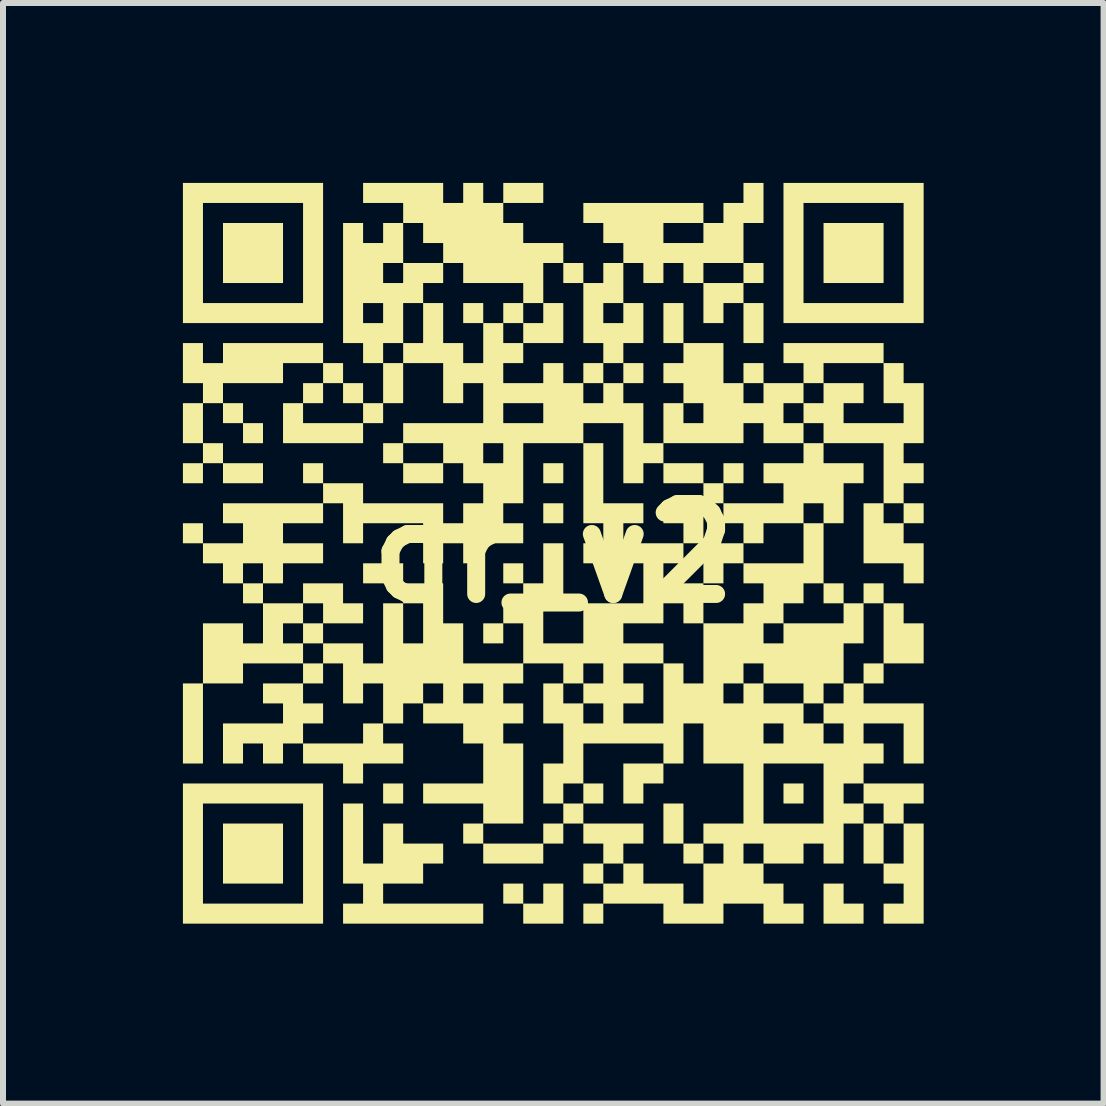
<source format=kicad_pcb>
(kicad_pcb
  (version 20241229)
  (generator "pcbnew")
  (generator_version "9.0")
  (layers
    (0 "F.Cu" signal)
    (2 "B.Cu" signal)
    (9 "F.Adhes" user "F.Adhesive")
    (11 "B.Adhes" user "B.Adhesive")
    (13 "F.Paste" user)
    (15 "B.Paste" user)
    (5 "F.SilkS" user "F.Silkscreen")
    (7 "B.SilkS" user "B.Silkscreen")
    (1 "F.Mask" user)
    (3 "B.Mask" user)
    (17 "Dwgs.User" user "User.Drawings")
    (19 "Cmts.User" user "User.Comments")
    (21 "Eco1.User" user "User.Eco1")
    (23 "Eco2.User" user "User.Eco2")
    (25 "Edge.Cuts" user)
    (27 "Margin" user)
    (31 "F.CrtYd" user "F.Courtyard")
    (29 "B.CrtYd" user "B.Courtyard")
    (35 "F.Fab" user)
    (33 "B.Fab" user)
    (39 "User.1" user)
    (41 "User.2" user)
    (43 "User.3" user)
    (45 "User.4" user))
  (footprint "qr_v2"
    (layer "F.Cu")
    (at 6.175 6.175)
    (property "Reference" "qr_v2" (at 0 0 0) (layer "F.SilkS") (effects (font (size 1.5 1.5) (thickness 0.3))))
    (attr board_only exclude_from_pos_files exclude_from_bom)
    (fp_poly (pts (xy -5.173 -2.336) (xy -5.173 -2.17) (xy -5.34 -2.17) (xy -5.507 -2.17) (xy -5.507 -2.336) (xy -5.507 -2.503) (xy -5.34 -2.503) (xy -5.173 -2.503)) (stroke (width 0) (type solid)) (fill yes) (layer "F.SilkS"))
    (fp_poly (pts (xy -4.84 -2.003) (xy -4.84 -1.836) (xy -5.007 -1.836) (xy -5.173 -1.836) (xy -5.173 -2.003) (xy -5.173 -2.17) (xy -5.007 -2.17) (xy -4.84 -2.17)) (stroke (width 0) (type solid)) (fill yes) (layer "F.SilkS"))
    (fp_poly (pts (xy -4.84 -1.335) (xy -4.84 -1.168) (xy -5.173 -1.168) (xy -5.507 -1.168) (xy -5.507 -1.335) (xy -5.507 -1.502) (xy -5.173 -1.502) (xy -4.84 -1.502)) (stroke (width 0) (type solid)) (fill yes) (layer "F.SilkS"))
    (fp_poly (pts (xy -4.84 0.668) (xy -4.84 0.834) (xy -5.007 0.834) (xy -5.173 0.834) (xy -5.173 0.668) (xy -5.173 0.501) (xy -5.007 0.501) (xy -4.84 0.501)) (stroke (width 0) (type solid)) (fill yes) (layer "F.SilkS"))
    (fp_poly (pts (xy -4.506 -5.007) (xy -4.506 -4.506) (xy -5.007 -4.506) (xy -5.507 -4.506) (xy -5.507 -5.007) (xy -5.507 -5.507) (xy -5.007 -5.507) (xy -4.506 -5.507)) (stroke (width 0) (type solid)) (fill yes) (layer "F.SilkS"))
    (fp_poly (pts (xy -4.506 5.007) (xy -4.506 5.507) (xy -5.007 5.507) (xy -5.507 5.507) (xy -5.507 5.007) (xy -5.507 4.506) (xy -5.007 4.506) (xy -4.506 4.506)) (stroke (width 0) (type solid)) (fill yes) (layer "F.SilkS"))
    (fp_poly (pts (xy -3.838 -1.335) (xy -3.838 -1.168) (xy -4.005 -1.168) (xy -4.172 -1.168) (xy -4.172 -1.335) (xy -4.172 -1.502) (xy -4.005 -1.502) (xy -3.838 -1.502)) (stroke (width 0) (type solid)) (fill yes) (layer "F.SilkS"))
    (fp_poly (pts (xy -2.503 0.334) (xy -2.503 0.501) (xy -2.837 0.501) (xy -3.171 0.501) (xy -3.171 0.334) (xy -3.171 0.167) (xy -2.837 0.167) (xy -2.503 0.167)) (stroke (width 0) (type solid)) (fill yes) (layer "F.SilkS"))
    (fp_poly (pts (xy -2.503 4.005) (xy -2.503 4.172) (xy -2.67 4.172) (xy -2.837 4.172) (xy -2.837 4.005) (xy -2.837 3.838) (xy -2.67 3.838) (xy -2.503 3.838)) (stroke (width 0) (type solid)) (fill yes) (layer "F.SilkS"))
    (fp_poly (pts (xy -1.168 -4.005) (xy -1.168 -3.838) (xy -1.335 -3.838) (xy -1.502 -3.838) (xy -1.502 -4.005) (xy -1.502 -4.172) (xy -1.335 -4.172) (xy -1.168 -4.172)) (stroke (width 0) (type solid)) (fill yes) (layer "F.SilkS"))
    (fp_poly (pts (xy -0.834 1.335) (xy -0.834 1.502) (xy -1.001 1.502) (xy -1.168 1.502) (xy -1.168 1.335) (xy -1.168 1.168) (xy -1.001 1.168) (xy -0.834 1.168)) (stroke (width 0) (type solid)) (fill yes) (layer "F.SilkS"))
    (fp_poly (pts (xy -0.501 0.334) (xy -0.501 0.501) (xy -0.668 0.501) (xy -0.834 0.501) (xy -0.834 0.334) (xy -0.834 0.167) (xy -0.668 0.167) (xy -0.501 0.167)) (stroke (width 0) (type solid)) (fill yes) (layer "F.SilkS"))
    (fp_poly (pts (xy 0.167 -1.335) (xy 0.167 -1.168) (xy 0 -1.168) (xy -0.167 -1.168) (xy -0.167 -1.335) (xy -0.167 -1.502) (xy 0 -1.502) (xy 0.167 -1.502)) (stroke (width 0) (type solid)) (fill yes) (layer "F.SilkS"))
    (fp_poly (pts (xy 0.167 -0.668) (xy 0.167 -0.501) (xy 0 -0.501) (xy -0.167 -0.501) (xy -0.167 -0.668) (xy -0.167 -0.834) (xy 0 -0.834) (xy 0.167 -0.834)) (stroke (width 0) (type solid)) (fill yes) (layer "F.SilkS"))
    (fp_poly (pts (xy 0.834 -3.004) (xy 0.834 -2.837) (xy 0.668 -2.837) (xy 0.501 -2.837) (xy 0.501 -3.004) (xy 0.501 -3.171) (xy 0.668 -3.171) (xy 0.834 -3.171)) (stroke (width 0) (type solid)) (fill yes) (layer "F.SilkS"))
    (fp_poly (pts (xy 0.834 4.005) (xy 0.834 4.172) (xy 0.668 4.172) (xy 0.501 4.172) (xy 0.501 4.005) (xy 0.501 3.838) (xy 0.668 3.838) (xy 0.834 3.838)) (stroke (width 0) (type solid)) (fill yes) (layer "F.SilkS"))
    (fp_poly (pts (xy 2.17 -3.838) (xy 2.17 -3.505) (xy 2.003 -3.505) (xy 1.836 -3.505) (xy 1.836 -3.838) (xy 1.836 -4.172) (xy 2.003 -4.172) (xy 2.17 -4.172)) (stroke (width 0) (type solid)) (fill yes) (layer "F.SilkS"))
    (fp_poly (pts (xy 2.17 4.506) (xy 2.17 4.84) (xy 2.003 4.84) (xy 1.836 4.84) (xy 1.836 4.506) (xy 1.836 4.172) (xy 2.003 4.172) (xy 2.17 4.172)) (stroke (width 0) (type solid)) (fill yes) (layer "F.SilkS"))
    (fp_poly (pts (xy 2.503 5.007) (xy 2.503 5.173) (xy 2.336 5.173) (xy 2.17 5.173) (xy 2.17 5.007) (xy 2.17 4.84) (xy 2.336 4.84) (xy 2.503 4.84)) (stroke (width 0) (type solid)) (fill yes) (layer "F.SilkS"))
    (fp_poly (pts (xy 3.505 -3.838) (xy 3.505 -3.505) (xy 3.338 -3.505) (xy 3.171 -3.505) (xy 3.171 -3.838) (xy 3.171 -4.172) (xy 3.338 -4.172) (xy 3.505 -4.172)) (stroke (width 0) (type solid)) (fill yes) (layer "F.SilkS"))
    (fp_poly (pts (xy 4.172 4.005) (xy 4.172 4.172) (xy 4.005 4.172) (xy 3.838 4.172) (xy 3.838 4.005) (xy 3.838 3.838) (xy 4.005 3.838) (xy 4.172 3.838)) (stroke (width 0) (type solid)) (fill yes) (layer "F.SilkS"))
    (fp_poly (pts (xy 5.507 -5.007) (xy 5.507 -4.506) (xy 5.007 -4.506) (xy 4.506 -4.506) (xy 4.506 -5.007) (xy 4.506 -5.507) (xy 5.007 -5.507) (xy 5.507 -5.507)) (stroke (width 0) (type solid)) (fill yes) (layer "F.SilkS"))
    (fp_poly (pts (xy 1.836 3.671) (xy 1.836 3.838) (xy 1.669 3.838) (xy 1.502 3.838) (xy 1.502 4.005) (xy 1.502 4.172) (xy 1.335 4.172) (xy 1.168 4.172) (xy 1.168 3.838) (xy 1.168 3.505) (xy 1.502 3.505) (xy 1.836 3.505)) (stroke (width 0) (type solid)) (fill yes) (layer "F.SilkS"))
    (fp_poly (pts (xy 3.171 0) (xy 3.171 0.167) (xy 3.004 0.167) (xy 2.837 0.167) (xy 2.837 0.334) (xy 2.837 0.501) (xy 2.67 0.501) (xy 2.503 0.501) (xy 2.503 0.167) (xy 2.503 -0.167) (xy 2.837 -0.167) (xy 3.171 -0.167)) (stroke (width 0) (type solid)) (fill yes) (layer "F.SilkS"))
    (fp_poly (pts (xy 4.84 5.674) (xy 4.84 5.841) (xy 5.007 5.841) (xy 5.173 5.841) (xy 5.173 6.008) (xy 5.173 6.175) (xy 4.84 6.175) (xy 4.506 6.175) (xy 4.506 5.841) (xy 4.506 5.507) (xy 4.673 5.507) (xy 4.84 5.507)) (stroke (width 0) (type solid)) (fill yes) (layer "F.SilkS"))
    (fp_poly (pts (xy -5.507 -1.669) (xy -5.507 -1.502) (xy -5.674 -1.502) (xy -5.841 -1.502) (xy -5.841 -1.335) (xy -5.841 -1.168) (xy -6.008 -1.168) (xy -6.175 -1.168) (xy -6.175 -1.335) (xy -6.175 -1.502) (xy -6.008 -1.502) (xy -5.841 -1.502) (xy -5.841 -1.669) (xy -5.841 -1.836) (xy -5.674 -1.836) (xy -5.507 -1.836)) (stroke (width 0) (type solid)) (fill yes) (layer "F.SilkS"))
    (fp_poly (pts (xy -3.838 -5.007) (xy -3.838 -3.838) (xy -5.007 -3.838) (xy -6.175 -3.838) (xy -6.175 -5.007) (xy -5.841 -5.007) (xy -5.841 -4.172) (xy -5.007 -4.172) (xy -4.172 -4.172) (xy -4.172 -5.007) (xy -4.172 -5.841) (xy -5.007 -5.841) (xy -5.841 -5.841) (xy -5.841 -5.007) (xy -6.175 -5.007) (xy -6.175 -6.175) (xy -5.007 -6.175) (xy -3.838 -6.175)) (stroke (width 0) (type solid)) (fill yes) (layer "F.SilkS"))
    (fp_poly (pts (xy -3.838 5.007) (xy -3.838 6.175) (xy -5.007 6.175) (xy -6.175 6.175) (xy -6.175 5.007) (xy -5.841 5.007) (xy -5.841 5.841) (xy -5.007 5.841) (xy -4.172 5.841) (xy -4.172 5.007) (xy -4.172 4.172) (xy -5.007 4.172) (xy -5.841 4.172) (xy -5.841 5.007) (xy -6.175 5.007) (xy -6.175 3.838) (xy -5.007 3.838) (xy -3.838 3.838)) (stroke (width 0) (type solid)) (fill yes) (layer "F.SilkS"))
    (fp_poly (pts (xy 6.175 -5.007) (xy 6.175 -3.838) (xy 5.007 -3.838) (xy 3.838 -3.838) (xy 3.838 -5.007) (xy 4.172 -5.007) (xy 4.172 -4.172) (xy 5.007 -4.172) (xy 5.841 -4.172) (xy 5.841 -5.007) (xy 5.841 -5.841) (xy 5.007 -5.841) (xy 4.172 -5.841) (xy 4.172 -5.007) (xy 3.838 -5.007) (xy 3.838 -6.175) (xy 5.007 -6.175) (xy 6.175 -6.175)) (stroke (width 0) (type solid)) (fill yes) (layer "F.SilkS"))
    (fp_poly (pts (xy -0.501 -4.005) (xy -0.501 -3.838) (xy -0.334 -3.838) (xy -0.167 -3.838) (xy -0.167 -4.005) (xy -0.167 -4.172) (xy 0 -4.172) (xy 0.167 -4.172) (xy 0.167 -3.838) (xy 0.167 -3.505) (xy -0.167 -3.505) (xy -0.501 -3.505) (xy -0.501 -3.671) (xy -0.501 -3.838) (xy -0.668 -3.838) (xy -0.834 -3.838) (xy -0.834 -4.005) (xy -0.834 -4.172) (xy -0.668 -4.172) (xy -0.501 -4.172)) (stroke (width 0) (type solid)) (fill yes) (layer "F.SilkS"))
    (fp_poly (pts (xy -0.501 5.674) (xy -0.501 5.841) (xy -0.334 5.841) (xy -0.167 5.841) (xy -0.167 5.674) (xy -0.167 5.507) (xy 0 5.507) (xy 0.167 5.507) (xy 0.167 5.841) (xy 0.167 6.175) (xy -0.167 6.175) (xy -0.501 6.175) (xy -0.501 6.008) (xy -0.501 5.841) (xy -0.668 5.841) (xy -0.834 5.841) (xy -0.834 5.674) (xy -0.834 5.507) (xy -0.668 5.507) (xy -0.501 5.507)) (stroke (width 0) (type solid)) (fill yes) (layer "F.SilkS"))
    (fp_poly (pts (xy -3.505 0.668) (xy -3.505 0.834) (xy -3.338 0.834) (xy -3.171 0.834) (xy -3.171 1.001) (xy -3.171 1.168) (xy -3.505 1.168) (xy -3.838 1.168) (xy -3.838 1.335) (xy -3.838 1.502) (xy -4.005 1.502) (xy -4.172 1.502) (xy -4.172 1.335) (xy -4.172 1.168) (xy -4.005 1.168) (xy -3.838 1.168) (xy -3.838 1.001) (xy -3.838 0.834) (xy -4.005 0.834) (xy -4.172 0.834) (xy -4.172 0.668) (xy -4.172 0.501) (xy -3.838 0.501) (xy -3.505 0.501)) (stroke (width 0) (type solid)) (fill yes) (layer "F.SilkS"))
    (fp_poly (pts (xy -5.841 -3.338) (xy -5.841 -3.171) (xy -5.674 -3.171) (xy -5.507 -3.171) (xy -5.507 -3.338) (xy -5.507 -3.505) (xy -4.673 -3.505) (xy -3.838 -3.505) (xy -3.838 -3.338) (xy -3.838 -3.171) (xy -4.172 -3.171) (xy -4.506 -3.171) (xy -4.506 -3.004) (xy -4.506 -2.837) (xy -5.007 -2.837) (xy -5.507 -2.837) (xy -5.507 -2.67) (xy -5.507 -2.503) (xy -5.674 -2.503) (xy -5.841 -2.503) (xy -5.841 -2.17) (xy -5.841 -1.836) (xy -6.008 -1.836) (xy -6.175 -1.836) (xy -6.175 -2.17) (xy -6.175 -2.503) (xy -6.008 -2.503) (xy -5.841 -2.503) (xy -5.841 -2.67) (xy -5.841 -2.837) (xy -6.008 -2.837) (xy -6.175 -2.837) (xy -6.175 -3.171) (xy -6.175 -3.505) (xy -6.008 -3.505) (xy -5.841 -3.505)) (stroke (width 0) (type solid)) (fill yes) (layer "F.SilkS"))
    (fp_poly (pts (xy 2.503 -1.335) (xy 2.503 -1.168) (xy 2.67 -1.168) (xy 2.837 -1.168) (xy 2.837 -1.335) (xy 2.837 -1.502) (xy 3.004 -1.502) (xy 3.171 -1.502) (xy 3.171 -1.335) (xy 3.171 -1.168) (xy 3.004 -1.168) (xy 2.837 -1.168) (xy 2.837 -1.001) (xy 2.837 -0.834) (xy 2.67 -0.834) (xy 2.503 -0.834) (xy 2.503 -0.501) (xy 2.503 -0.167) (xy 2.336 -0.167) (xy 2.17 -0.167) (xy 2.17 -0.334) (xy 2.17 -0.501) (xy 2.003 -0.501) (xy 1.836 -0.501) (xy 1.836 -0.668) (xy 1.836 -0.834) (xy 2.17 -0.834) (xy 2.503 -0.834) (xy 2.503 -1.001) (xy 2.503 -1.168) (xy 2.17 -1.168) (xy 1.836 -1.168) (xy 1.836 -1.335) (xy 1.836 -1.502) (xy 2.17 -1.502) (xy 2.503 -1.502)) (stroke (width 0) (type solid)) (fill yes) (layer "F.SilkS"))
    (fp_poly (pts (xy -3.171 4.673) (xy -3.171 5.173) (xy -3.004 5.173) (xy -2.837 5.173) (xy -2.837 4.84) (xy -2.837 4.506) (xy -2.67 4.506) (xy -2.503 4.506) (xy -2.503 4.673) (xy -2.503 4.84) (xy -2.17 4.84) (xy -1.836 4.84) (xy -1.836 5.007) (xy -1.836 5.173) (xy -2.003 5.173) (xy -2.17 5.173) (xy -2.17 5.34) (xy -2.17 5.507) (xy -2.503 5.507) (xy -2.837 5.507) (xy -2.837 5.674) (xy -2.837 5.841) (xy -2.003 5.841) (xy -1.168 5.841) (xy -1.168 6.008) (xy -1.168 6.175) (xy -2.336 6.175) (xy -3.505 6.175) (xy -3.505 6.008) (xy -3.505 5.841) (xy -3.338 5.841) (xy -3.171 5.841) (xy -3.171 5.674) (xy -3.171 5.507) (xy -3.338 5.507) (xy -3.505 5.507) (xy -3.505 4.84) (xy -3.505 4.172) (xy -3.338 4.172) (xy -3.171 4.172)) (stroke (width 0) (type solid)) (fill yes) (layer "F.SilkS"))
    (fp_poly (pts (xy 3.505 -5.841) (xy 3.505 -5.507) (xy 3.338 -5.507) (xy 3.171 -5.507) (xy 3.171 -5.173) (xy 3.171 -4.84) (xy 2.837 -4.84) (xy 2.503 -4.84) (xy 2.503 -4.673) (xy 2.503 -4.506) (xy 2.837 -4.506) (xy 3.171 -4.506) (xy 3.171 -4.673) (xy 3.171 -4.84) (xy 3.338 -4.84) (xy 3.505 -4.84) (xy 3.505 -4.673) (xy 3.505 -4.506) (xy 3.338 -4.506) (xy 3.171 -4.506) (xy 3.171 -4.339) (xy 3.171 -4.172) (xy 3.004 -4.172) (xy 2.837 -4.172) (xy 2.837 -4.005) (xy 2.837 -3.838) (xy 2.67 -3.838) (xy 2.503 -3.838) (xy 2.503 -4.172) (xy 2.503 -4.506) (xy 2.336 -4.506) (xy 2.17 -4.506) (xy 2.17 -4.673) (xy 2.17 -4.84) (xy 2.003 -4.84) (xy 1.836 -4.84) (xy 1.836 -4.673) (xy 1.836 -4.506) (xy 1.669 -4.506) (xy 1.502 -4.506) (xy 1.502 -4.673) (xy 1.502 -4.84) (xy 1.335 -4.84) (xy 1.168 -4.84) (xy 1.168 -4.506) (xy 1.168 -4.172) (xy 1.001 -4.172) (xy 0.834 -4.172) (xy 0.834 -4.005) (xy 0.834 -3.838) (xy 1.001 -3.838) (xy 1.168 -3.838) (xy 1.168 -4.005) (xy 1.168 -4.172) (xy 1.335 -4.172) (xy 1.502 -4.172) (xy 1.502 -3.838) (xy 1.502 -3.505) (xy 1.335 -3.505) (xy 1.168 -3.505) (xy 1.168 -3.338) (xy 1.168 -3.171) (xy 1.001 -3.171) (xy 0.834 -3.171) (xy 0.834 -3.338) (xy 0.834 -3.505) (xy 0.668 -3.505) (xy 0.501 -3.505) (xy 0.501 -4.005) (xy 0.501 -4.506) (xy 0.334 -4.506) (xy 0.167 -4.506) (xy 0.167 -4.673) (xy 0.167 -4.84) (xy 0.334 -4.84) (xy 0.501 -4.84) (xy 0.501 -4.673) (xy 0.501 -4.506) (xy 0.668 -4.506) (xy 0.834 -4.506) (xy 0.834 -4.673) (xy 0.834 -4.84) (xy 1.001 -4.84) (xy 1.168 -4.84) (xy 1.168 -5.007) (xy 1.168 -5.173) (xy 1.001 -5.173) (xy 0.834 -5.173) (xy 0.834 -5.34) (xy 1.836 -5.34) (xy 1.836 -5.173) (xy 2.17 -5.173) (xy 2.503 -5.173) (xy 2.503 -5.34) (xy 2.503 -5.507) (xy 2.17 -5.507) (xy 1.836 -5.507) (xy 1.836 -5.34) (xy 0.834 -5.34) (xy 0.834 -5.507) (xy 0.668 -5.507) (xy 0.501 -5.507) (xy 0.501 -5.674) (xy 0.501 -5.841) (xy 1.502 -5.841) (xy 2.503 -5.841) (xy 2.503 -5.674) (xy 2.503 -5.507) (xy 2.67 -5.507) (xy 2.837 -5.507) (xy 2.837 -5.674) (xy 2.837 -5.841) (xy 3.004 -5.841) (xy 3.171 -5.841) (xy 3.171 -6.008) (xy 3.171 -6.175) (xy 3.338 -6.175) (xy 3.505 -6.175)) (stroke (width 0) (type solid)) (fill yes) (layer "F.SilkS"))
    (fp_poly (pts (xy -1.836 -6.008) (xy -1.836 -5.841) (xy -1.669 -5.841) (xy -1.502 -5.841) (xy -1.502 -6.008) (xy -1.502 -6.175) (xy -1.335 -6.175) (xy -1.168 -6.175) (xy -1.168 -6.008) (xy -1.168 -5.841) (xy -1.001 -5.841) (xy -0.834 -5.841) (xy -0.834 -6.008) (xy -0.834 -6.175) (xy -0.501 -6.175) (xy -0.167 -6.175) (xy -0.167 -6.008) (xy -0.167 -5.841) (xy -0.501 -5.841) (xy -0.834 -5.841) (xy -0.834 -5.674) (xy -0.834 -5.507) (xy -0.668 -5.507) (xy -0.501 -5.507) (xy -0.501 -5.34) (xy -0.501 -5.173) (xy -0.167 -5.173) (xy 0.167 -5.173) (xy 0.167 -5.007) (xy 0.167 -4.84) (xy 0 -4.84) (xy -0.167 -4.84) (xy -0.167 -4.506) (xy -0.167 -4.172) (xy -0.334 -4.172) (xy -0.501 -4.172) (xy -0.501 -4.339) (xy -0.501 -4.506) (xy -1.001 -4.506) (xy -1.502 -4.506) (xy -1.502 -4.673) (xy -1.502 -4.84) (xy -1.669 -4.84) (xy -1.836 -4.84) (xy -1.836 -4.673) (xy -1.836 -4.506) (xy -2.003 -4.506) (xy -2.17 -4.506) (xy -2.17 -4.339) (xy -2.17 -4.172) (xy -2.336 -4.172) (xy -2.503 -4.172) (xy -2.503 -3.838) (xy -2.503 -3.505) (xy -2.67 -3.505) (xy -2.837 -3.505) (xy -2.837 -3.338) (xy -2.837 -3.171) (xy -2.67 -3.171) (xy -2.503 -3.171) (xy -2.503 -3.338) (xy -2.503 -3.505) (xy -2.336 -3.505) (xy -2.17 -3.505) (xy -2.17 -3.838) (xy -2.17 -4.172) (xy -2.003 -4.172) (xy -1.836 -4.172) (xy -1.836 -3.838) (xy -1.836 -3.505) (xy -1.669 -3.505) (xy -1.502 -3.505) (xy -1.502 -3.338) (xy -1.502 -3.171) (xy -1.335 -3.171) (xy -1.168 -3.171) (xy -1.168 -3.505) (xy -1.168 -3.838) (xy -1.001 -3.838) (xy -0.834 -3.838) (xy -0.834 -3.671) (xy -0.834 -3.505) (xy -0.668 -3.505) (xy -0.501 -3.505) (xy -0.501 -3.338) (xy -0.501 -3.171) (xy -0.668 -3.171) (xy -0.834 -3.171) (xy -0.834 -3.004) (xy -0.834 -2.837) (xy -0.501 -2.837) (xy -0.167 -2.837) (xy -0.167 -3.004) (xy -0.167 -3.171) (xy 0 -3.171) (xy 0.167 -3.171) (xy 0.167 -3.004) (xy 0.167 -2.837) (xy 0.334 -2.837) (xy 0.501 -2.837) (xy 0.501 -2.67) (xy 0.501 -2.503) (xy 0.668 -2.503) (xy 0.834 -2.503) (xy 0.834 -2.67) (xy 0.834 -2.837) (xy 1.001 -2.837) (xy 1.168 -2.837) (xy 1.168 -3.004) (xy 1.168 -3.171) (xy 1.335 -3.171) (xy 1.502 -3.171) (xy 1.502 -3.004) (xy 1.502 -2.837) (xy 1.335 -2.837) (xy 1.168 -2.837) (xy 1.168 -2.67) (xy 1.168 -2.503) (xy 1.335 -2.503) (xy 1.502 -2.503) (xy 1.502 -2.17) (xy 1.502 -1.836) (xy 1.669 -1.836) (xy 1.836 -1.836) (xy 1.836 -2.17) (xy 1.836 -2.336) (xy 2.17 -2.336) (xy 2.17 -2.17) (xy 2.336 -2.17) (xy 2.503 -2.17) (xy 2.503 -2.336) (xy 2.503 -2.503) (xy 2.336 -2.503) (xy 2.17 -2.503) (xy 2.17 -2.336) (xy 1.836 -2.336) (xy 1.836 -2.503) (xy 2.003 -2.503) (xy 2.17 -2.503) (xy 2.17 -2.67) (xy 3.171 -2.67) (xy 3.171 -2.503) (xy 3.338 -2.503) (xy 3.505 -2.503) (xy 3.505 -2.67) (xy 3.505 -2.837) (xy 3.338 -2.837) (xy 3.171 -2.837) (xy 3.171 -2.67) (xy 2.17 -2.67) (xy 2.17 -2.837) (xy 2.003 -2.837) (xy 1.836 -2.837) (xy 1.836 -3.004) (xy 1.836 -3.171) (xy 2.003 -3.171) (xy 2.17 -3.171) (xy 2.17 -3.338) (xy 2.17 -3.505) (xy 2.503 -3.505) (xy 2.837 -3.505) (xy 2.837 -3.171) (xy 2.837 -2.837) (xy 3.004 -2.837) (xy 3.171 -2.837) (xy 3.171 -3.004) (xy 3.171 -3.171) (xy 3.338 -3.171) (xy 3.505 -3.171) (xy 3.505 -3.004) (xy 3.505 -2.837) (xy 3.838 -2.837) (xy 4.172 -2.837) (xy 4.172 -3.004) (xy 4.172 -3.171) (xy 4.005 -3.171) (xy 3.838 -3.171) (xy 3.838 -3.338) (xy 3.838 -3.505) (xy 4.673 -3.505) (xy 5.507 -3.505) (xy 5.507 -3.338) (xy 5.507 -3.171) (xy 5.007 -3.171) (xy 4.506 -3.171) (xy 4.506 -3.004) (xy 4.506 -2.837) (xy 4.339 -2.837) (xy 4.172 -2.837) (xy 4.172 -2.67) (xy 4.172 -2.503) (xy 4.005 -2.503) (xy 3.838 -2.503) (xy 3.838 -2.336) (xy 3.838 -2.17) (xy 4.005 -2.17) (xy 4.172 -2.17) (xy 4.172 -2.336) (xy 4.172 -2.503) (xy 4.339 -2.503) (xy 4.506 -2.503) (xy 4.506 -2.67) (xy 4.506 -2.837) (xy 4.84 -2.837) (xy 5.173 -2.837) (xy 5.173 -2.67) (xy 5.173 -2.503) (xy 5.007 -2.503) (xy 4.84 -2.503) (xy 4.84 -2.336) (xy 4.84 -2.17) (xy 5.34 -2.17) (xy 5.841 -2.17) (xy 5.841 -2.336) (xy 5.841 -2.503) (xy 5.674 -2.503) (xy 5.507 -2.503) (xy 5.507 -2.837) (xy 5.507 -3.171) (xy 5.674 -3.171) (xy 5.841 -3.171) (xy 5.841 -3.004) (xy 5.841 -2.837) (xy 6.008 -2.837) (xy 6.175 -2.837) (xy 6.175 -2.336) (xy 6.175 -1.836) (xy 6.008 -1.836) (xy 5.841 -1.836) (xy 5.841 -1.669) (xy 5.841 -1.502) (xy 6.008 -1.502) (xy 6.175 -1.502) (xy 6.175 -1.335) (xy 6.175 -1.168) (xy 6.008 -1.168) (xy 5.841 -1.168) (xy 5.841 -1.001) (xy 5.841 -0.834) (xy 5.674 -0.834) (xy 5.507 -0.834) (xy 5.507 -0.668) (xy 5.507 -0.501) (xy 5.674 -0.501) (xy 5.841 -0.501) (xy 5.841 -0.668) (xy 5.841 -0.834) (xy 6.008 -0.834) (xy 6.175 -0.834) (xy 6.175 -0.668) (xy 6.175 -0.501) (xy 6.008 -0.501) (xy 5.841 -0.501) (xy 5.841 -0.334) (xy 5.841 -0.167) (xy 6.008 -0.167) (xy 6.175 -0.167) (xy 6.175 0.167) (xy 6.175 0.501) (xy 6.008 0.501) (xy 5.841 0.501) (xy 5.841 0.334) (xy 5.841 0.167) (xy 5.507 0.167) (xy 5.173 0.167) (xy 5.173 -0.334) (xy 5.173 -0.834) (xy 5.34 -0.834) (xy 5.507 -0.834) (xy 5.507 -1.335) (xy 5.507 -1.836) (xy 5.007 -1.836) (xy 4.506 -1.836) (xy 4.506 -1.669) (xy 4.506 -1.502) (xy 4.84 -1.502) (xy 5.173 -1.502) (xy 5.173 -1.335) (xy 5.173 -1.168) (xy 5.007 -1.168) (xy 4.84 -1.168) (xy 4.84 -0.834) (xy 4.84 -0.501) (xy 4.673 -0.501) (xy 4.506 -0.501) (xy 4.506 0) (xy 4.506 0.501) (xy 4.339 0.501) (xy 4.172 0.501) (xy 4.172 0.668) (xy 4.172 0.834) (xy 4.005 0.834) (xy 3.838 0.834) (xy 3.838 1.001) (xy 3.838 1.168) (xy 3.671 1.168) (xy 3.505 1.168) (xy 3.505 1.335) (xy 3.505 1.502) (xy 3.671 1.502) (xy 3.838 1.502) (xy 3.838 1.335) (xy 3.838 1.168) (xy 4.339 1.168) (xy 4.84 1.168) (xy 4.84 1.001) (xy 4.84 0.834) (xy 4.673 0.834) (xy 4.506 0.834) (xy 4.506 0.668) (xy 4.506 0.501) (xy 4.673 0.501) (xy 4.84 0.501) (xy 4.84 0.668) (xy 4.84 0.834) (xy 5.007 0.834) (xy 5.173 0.834) (xy 5.173 0.668) (xy 5.173 0.501) (xy 5.34 0.501) (xy 5.507 0.501) (xy 5.507 0.668) (xy 5.507 0.834) (xy 5.34 0.834) (xy 5.173 0.834) (xy 5.173 1.168) (xy 5.173 1.502) (xy 5.007 1.502) (xy 4.84 1.502) (xy 4.84 1.836) (xy 4.84 2.17) (xy 4.673 2.17) (xy 4.506 2.17) (xy 4.506 2.336) (xy 4.506 2.503) (xy 4.339 2.503) (xy 4.172 2.503) (xy 4.172 2.336) (xy 4.172 2.17) (xy 3.838 2.17) (xy 3.505 2.17) (xy 3.505 2.336) (xy 3.505 2.503) (xy 3.838 2.503) (xy 4.172 2.503) (xy 4.172 2.67) (xy 4.172 2.837) (xy 4.339 2.837) (xy 4.506 2.837) (xy 4.506 2.67) (xy 4.506 2.503) (xy 4.673 2.503) (xy 4.84 2.503) (xy 4.84 2.336) (xy 4.84 2.17) (xy 5.007 2.17) (xy 5.173 2.17) (xy 5.173 2.003) (xy 5.173 1.836) (xy 5.34 1.836) (xy 5.507 1.836) (xy 5.507 1.335) (xy 5.507 0.834) (xy 5.674 0.834) (xy 5.841 0.834) (xy 5.841 1.001) (xy 5.841 1.168) (xy 6.008 1.168) (xy 6.175 1.168) (xy 6.175 1.502) (xy 6.175 1.836) (xy 5.841 1.836) (xy 5.507 1.836) (xy 5.507 2.003) (xy 5.507 2.17) (xy 5.34 2.17) (xy 5.173 2.17) (xy 5.173 2.336) (xy 5.173 2.503) (xy 5.674 2.503) (xy 6.175 2.503) (xy 6.175 3.004) (xy 6.175 3.505) (xy 6.008 3.505) (xy 5.841 3.505) (xy 5.841 3.171) (xy 5.841 2.837) (xy 5.507 2.837) (xy 5.173 2.837) (xy 5.173 3.004) (xy 5.173 3.171) (xy 5.34 3.171) (xy 5.507 3.171) (xy 5.507 3.338) (xy 5.507 3.505) (xy 5.34 3.505) (xy 5.173 3.505) (xy 5.173 3.671) (xy 5.173 3.838) (xy 5.007 3.838) (xy 4.84 3.838) (xy 4.84 4.005) (xy 4.84 4.172) (xy 5.007 4.172) (xy 5.173 4.172) (xy 5.173 4.005) (xy 5.173 3.838) (xy 5.674 3.838) (xy 6.175 3.838) (xy 6.175 4.005) (xy 6.175 4.172) (xy 6.008 4.172) (xy 5.841 4.172) (xy 5.841 4.339) (xy 5.841 4.506) (xy 5.674 4.506) (xy 5.507 4.506) (xy 5.507 4.84) (xy 5.507 5.173) (xy 5.674 5.173) (xy 5.841 5.173) (xy 5.841 4.84) (xy 5.841 4.506) (xy 6.008 4.506) (xy 6.175 4.506) (xy 6.175 5.34) (xy 6.175 6.175) (xy 5.841 6.175) (xy 5.507 6.175) (xy 5.507 6.008) (xy 5.507 5.841) (xy 5.674 5.841) (xy 5.841 5.841) (xy 5.841 5.674) (xy 5.841 5.507) (xy 5.674 5.507) (xy 5.507 5.507) (xy 5.507 5.34) (xy 5.507 5.173) (xy 5.34 5.173) (xy 5.173 5.173) (xy 5.173 4.84) (xy 5.173 4.506) (xy 5.007 4.506) (xy 4.84 4.506) (xy 4.84 4.84) (xy 4.84 5.173) (xy 4.673 5.173) (xy 4.506 5.173) (xy 4.506 5.007) (xy 4.506 4.84) (xy 4.339 4.84) (xy 4.172 4.84) (xy 4.172 5.007) (xy 4.172 5.173) (xy 3.838 5.173) (xy 3.505 5.173) (xy 3.505 5.34) (xy 3.505 5.507) (xy 3.671 5.507) (xy 3.838 5.507) (xy 3.838 5.674) (xy 3.838 5.841) (xy 4.005 5.841) (xy 4.172 5.841) (xy 4.172 6.008) (xy 4.172 6.175) (xy 3.838 6.175) (xy 3.505 6.175) (xy 3.505 6.008) (xy 3.505 5.841) (xy 3.171 5.841) (xy 2.837 5.841) (xy 2.837 6.008) (xy 2.837 6.175) (xy 2.336 6.175) (xy 1.836 6.175) (xy 1.836 6.008) (xy 1.836 5.841) (xy 1.335 5.841) (xy 0.834 5.841) (xy 0.834 6.008) (xy 0.834 6.175) (xy 0.668 6.175) (xy 0.501 6.175) (xy 0.501 6.008) (xy 0.501 5.841) (xy 0.668 5.841) (xy 0.834 5.841) (xy 0.834 5.674) (xy 0.834 5.507) (xy 0.668 5.507) (xy 0.501 5.507) (xy 0.501 5.34) (xy 0.501 5.173) (xy 0.668 5.173) (xy 0.834 5.173) (xy 0.834 5.007) (xy 0.834 4.84) (xy 0.668 4.84) (xy 0.501 4.84) (xy 0.501 4.673) (xy 0.501 4.506) (xy 1.001 4.506) (xy 1.502 4.506) (xy 1.502 4.673) (xy 1.502 4.84) (xy 1.335 4.84) (xy 1.168 4.84) (xy 1.168 5.007) (xy 1.168 5.173) (xy 1.001 5.173) (xy 0.834 5.173) (xy 0.834 5.34) (xy 0.834 5.507) (xy 1.001 5.507) (xy 1.168 5.507) (xy 1.168 5.34) (xy 1.168 5.173) (xy 1.335 5.173) (xy 1.502 5.173) (xy 1.502 5.34) (xy 1.502 5.507) (xy 1.836 5.507) (xy 2.17 5.507) (xy 2.17 5.674) (xy 2.17 5.841) (xy 2.336 5.841) (xy 2.503 5.841) (xy 2.503 5.507) (xy 2.503 5.173) (xy 2.67 5.173) (xy 2.837 5.173) (xy 2.837 5.007) (xy 3.171 5.007) (xy 3.171 5.173) (xy 3.338 5.173) (xy 3.505 5.173) (xy 3.505 5.007) (xy 3.505 4.84) (xy 3.338 4.84) (xy 3.171 4.84) (xy 3.171 5.007) (xy 2.837 5.007) (xy 2.837 4.84) (xy 2.67 4.84) (xy 2.503 4.84) (xy 2.503 4.673) (xy 2.503 4.506) (xy 2.837 4.506) (xy 3.171 4.506) (xy 3.171 4.005) (xy 3.505 4.005) (xy 3.505 4.506) (xy 4.005 4.506) (xy 4.506 4.506) (xy 4.506 4.339) (xy 5.173 4.339) (xy 5.173 4.506) (xy 5.34 4.506) (xy 5.507 4.506) (xy 5.507 4.339) (xy 5.507 4.172) (xy 5.34 4.172) (xy 5.173 4.172) (xy 5.173 4.339) (xy 4.506 4.339) (xy 4.506 4.005) (xy 4.506 3.505) (xy 4.005 3.505) (xy 3.505 3.505) (xy 3.505 4.005) (xy 3.171 4.005) (xy 3.171 3.505) (xy 2.837 3.505) (xy 2.503 3.505) (xy 2.503 3.171) (xy 2.503 3.004) (xy 3.505 3.004) (xy 3.505 3.171) (xy 3.671 3.171) (xy 3.838 3.171) (xy 3.838 3.004) (xy 4.506 3.004) (xy 4.506 3.171) (xy 4.673 3.171) (xy 4.84 3.171) (xy 4.84 3.004) (xy 4.84 2.837) (xy 4.673 2.837) (xy 4.506 2.837) (xy 4.506 3.004) (xy 3.838 3.004) (xy 3.838 2.837) (xy 3.671 2.837) (xy 3.505 2.837) (xy 3.505 3.004) (xy 2.503 3.004) (xy 2.503 2.837) (xy 2.336 2.837) (xy 2.17 2.837) (xy 2.17 3.171) (xy 2.17 3.505) (xy 2.003 3.505) (xy 1.836 3.505) (xy 1.836 3.338) (xy 1.836 3.171) (xy 1.168 3.171) (xy 0.501 3.171) (xy 0.501 3.505) (xy 0.501 3.838) (xy 0.334 3.838) (xy 0.167 3.838) (xy 0.167 4.005) (xy 0.167 4.172) (xy 0 4.172) (xy -0.167 4.172) (xy -0.167 3.838) (xy -0.167 3.505) (xy 0 3.505) (xy 0.167 3.505) (xy 0.167 3.171) (xy 0.167 2.837) (xy 0 2.837) (xy -0.167 2.837) (xy -0.167 2.67) (xy 0.501 2.67) (xy 0.501 2.837) (xy 0.668 2.837) (xy 0.834 2.837) (xy 0.834 2.67) (xy 0.834 2.503) (xy 0.668 2.503) (xy 0.501 2.503) (xy 0.501 2.67) (xy -0.167 2.67) (xy -0.167 2.503) (xy -0.167 2.17) (xy 0 2.17) (xy 0.167 2.17) (xy 0.167 2.336) (xy 0.167 2.503) (xy 0.334 2.503) (xy 0.501 2.503) (xy 0.501 2.336) (xy 0.501 2.17) (xy 0.668 2.17) (xy 0.834 2.17) (xy 0.834 2.003) (xy 0.834 1.836) (xy 0.668 1.836) (xy 0.501 1.836) (xy 0.501 2.003) (xy 0.501 2.17) (xy 0.334 2.17) (xy 0.167 2.17) (xy 0.167 2.003) (xy 0.167 1.836) (xy -0.167 1.836) (xy -0.501 1.836) (xy -0.501 2.003) (xy -0.501 2.17) (xy -0.668 2.17) (xy -0.834 2.17) (xy -0.834 2.336) (xy -0.834 2.503) (xy -0.668 2.503) (xy -0.501 2.503) (xy -0.501 2.67) (xy -0.501 2.837) (xy -0.668 2.837) (xy -0.834 2.837) (xy -0.834 3.004) (xy -0.834 3.171) (xy -0.668 3.171) (xy -0.501 3.171) (xy -0.501 3.838) (xy -0.501 4.506) (xy -0.834 4.506) (xy -1.168 4.506) (xy -1.168 4.673) (xy -1.168 4.84) (xy -0.668 4.84) (xy -0.167 4.84) (xy -0.167 4.673) (xy -0.167 4.506) (xy 0 4.506) (xy 0.167 4.506) (xy 0.167 4.339) (xy 0.167 4.172) (xy 0.334 4.172) (xy 0.501 4.172) (xy 0.501 4.339) (xy 0.501 4.506) (xy 0.334 4.506) (xy 0.167 4.506) (xy 0.167 4.673) (xy 0.167 4.84) (xy 0 4.84) (xy -0.167 4.84) (xy -0.167 5.007) (xy -0.167 5.173) (xy -0.668 5.173) (xy -1.168 5.173) (xy -1.168 5.007) (xy -1.168 4.84) (xy -1.335 4.84) (xy -1.502 4.84) (xy -1.502 4.673) (xy -1.502 4.506) (xy -1.335 4.506) (xy -1.168 4.506) (xy -1.168 4.339) (xy -1.168 4.172) (xy -1.669 4.172) (xy -2.17 4.172) (xy -2.17 4.005) (xy -2.17 3.838) (xy -1.669 3.838) (xy -1.168 3.838) (xy -1.168 3.505) (xy -1.168 3.171) (xy -1.335 3.171) (xy -1.502 3.171) (xy -1.502 3.004) (xy -1.502 2.837) (xy -1.836 2.837) (xy -2.17 2.837) (xy -2.17 2.67) (xy -2.17 2.503) (xy -2.336 2.503) (xy -2.503 2.503) (xy -2.503 2.67) (xy -2.503 2.837) (xy -2.67 2.837) (xy -2.837 2.837) (xy -2.837 3.004) (xy -2.837 3.171) (xy -2.67 3.171) (xy -2.503 3.171) (xy -2.503 3.338) (xy -2.503 3.505) (xy -2.837 3.505) (xy -3.171 3.505) (xy -3.171 3.671) (xy -3.171 3.838) (xy -3.338 3.838) (xy -3.505 3.838) (xy -3.505 3.671) (xy -3.505 3.505) (xy -3.838 3.505) (xy -4.172 3.505) (xy -4.172 3.338) (xy -4.172 3.171) (xy -4.339 3.171) (xy -4.506 3.171) (xy -4.506 3.338) (xy -4.506 3.505) (xy -4.673 3.505) (xy -4.84 3.505) (xy -4.84 3.338) (xy -4.84 3.171) (xy -5.007 3.171) (xy -5.173 3.171) (xy -5.173 3.338) (xy -5.173 3.505) (xy -5.34 3.505) (xy -5.507 3.505) (xy -5.507 3.171) (xy -5.507 2.837) (xy -5.007 2.837) (xy -4.506 2.837) (xy -4.506 2.67) (xy -4.506 2.503) (xy -4.673 2.503) (xy -4.84 2.503) (xy -4.84 2.336) (xy -4.84 2.17) (xy -4.506 2.17) (xy -4.172 2.17) (xy -4.172 2.336) (xy -4.172 2.503) (xy -4.005 2.503) (xy -3.838 2.503) (xy -3.838 2.67) (xy -3.838 2.837) (xy -4.005 2.837) (xy -4.172 2.837) (xy -4.172 3.004) (xy -4.172 3.171) (xy -3.671 3.171) (xy -3.171 3.171) (xy -3.171 3.004) (xy -3.171 2.837) (xy -3.004 2.837) (xy -2.837 2.837) (xy -2.837 2.503) (xy -2.837 2.336) (xy -2.17 2.336) (xy -2.17 2.503) (xy -2.003 2.503) (xy -1.836 2.503) (xy -1.836 2.336) (xy -1.502 2.336) (xy -1.502 2.503) (xy -1.335 2.503) (xy -1.168 2.503) (xy -1.168 2.336) (xy -1.168 2.17) (xy -1.335 2.17) (xy -1.502 2.17) (xy -1.502 2.336) (xy -1.836 2.336) (xy -1.836 2.17) (xy -2.003 2.17) (xy -2.17 2.17) (xy -2.17 2.336) (xy -2.837 2.336) (xy -2.837 2.17) (xy -3.004 2.17) (xy -3.171 2.17) (xy -3.171 2.336) (xy -3.171 2.503) (xy -3.338 2.503) (xy -3.505 2.503) (xy -3.505 2.17) (xy -3.505 1.836) (xy -3.671 1.836) (xy -3.838 1.836) (xy -3.838 2.003) (xy -3.838 2.17) (xy -4.005 2.17) (xy -4.172 2.17) (xy -4.172 2.003) (xy -4.172 1.836) (xy -4.673 1.836) (xy -5.173 1.836) (xy -5.173 2.003) (xy -5.173 2.17) (xy -5.507 2.17) (xy -5.841 2.17) (xy -5.841 2.837) (xy -5.841 3.505) (xy -6.008 3.505) (xy -6.175 3.505) (xy -6.175 2.837) (xy -6.175 2.17) (xy -6.008 2.17) (xy -5.841 2.17) (xy -5.841 1.669) (xy -5.841 1.168) (xy -5.507 1.168) (xy -5.173 1.168) (xy -5.173 1.335) (xy -5.173 1.502) (xy -5.007 1.502) (xy -4.84 1.502) (xy -4.84 1.168) (xy -4.84 0.834) (xy -4.506 0.834) (xy -4.172 0.834) (xy -4.172 1.001) (xy -4.172 1.168) (xy -4.339 1.168) (xy -4.506 1.168) (xy -4.506 1.335) (xy -4.506 1.502) (xy -4.339 1.502) (xy -4.172 1.502) (xy -4.172 1.669) (xy -4.172 1.836) (xy -4.005 1.836) (xy -3.838 1.836) (xy -3.838 1.669) (xy -3.838 1.502) (xy -3.505 1.502) (xy -3.171 1.502) (xy -3.171 1.669) (xy -3.171 1.836) (xy -3.004 1.836) (xy -2.837 1.836) (xy -2.837 1.335) (xy -2.837 1.168) (xy -2.503 1.168) (xy -2.503 1.502) (xy -2.336 1.502) (xy -2.17 1.502) (xy -2.17 1.168) (xy -2.17 0.834) (xy -2.336 0.834) (xy -2.503 0.834) (xy -2.503 1.168) (xy -2.837 1.168) (xy -2.837 0.834) (xy -2.67 0.834) (xy -2.503 0.834) (xy -2.503 0.668) (xy -2.503 0.501) (xy -2.17 0.501) (xy -1.836 0.501) (xy -1.836 0.834) (xy -1.836 1.168) (xy -1.669 1.168) (xy -1.502 1.168) (xy -1.502 1.502) (xy -1.502 1.836) (xy -1.001 1.836) (xy -0.501 1.836) (xy -0.501 1.502) (xy -0.501 1.168) (xy -0.668 1.168) (xy -0.834 1.168) (xy -0.834 1.001) (xy -0.834 0.834) (xy -0.668 0.834) (xy -0.501 0.834) (xy -0.501 0.668) (xy -0.501 0.501) (xy -0.334 0.501) (xy -0.167 0.501) (xy -0.167 0.167) (xy -0.167 -0.167) (xy 0 -0.167) (xy 0.167 -0.167) (xy 0.167 0.334) (xy 0.167 0.834) (xy 0 0.834) (xy -0.167 0.834) (xy -0.167 1.168) (xy -0.167 1.502) (xy 0.167 1.502) (xy 0.501 1.502) (xy 0.501 1.168) (xy 0.501 0.834) (xy 1.001 0.834) (xy 1.502 0.834) (xy 1.502 0.501) (xy 1.502 0.167) (xy 1.335 0.167) (xy 1.168 0.167) (xy 1.168 0.334) (xy 1.168 0.501) (xy 1.001 0.501) (xy 0.834 0.501) (xy 0.834 0.334) (xy 0.834 0.167) (xy 0.668 0.167) (xy 0.501 0.167) (xy 0.501 0) (xy 0.501 -0.167) (xy 0.668 -0.167) (xy 0.834 -0.167) (xy 0.834 -0.334) (xy 0.834 -0.501) (xy 0.668 -0.501) (xy 0.501 -0.501) (xy 0.501 -1.168) (xy 0.501 -1.836) (xy 0.668 -1.836) (xy 0.834 -1.836) (xy 0.834 -1.335) (xy 0.834 -0.834) (xy 1.168 -0.834) (xy 1.502 -0.834) (xy 1.502 -0.668) (xy 1.502 -0.501) (xy 1.335 -0.501) (xy 1.168 -0.501) (xy 1.168 -0.334) (xy 1.168 -0.167) (xy 1.669 -0.167) (xy 2.17 -0.167) (xy 2.17 0) (xy 2.17 0.167) (xy 2.003 0.167) (xy 1.836 0.167) (xy 1.836 0.334) (xy 1.836 0.501) (xy 2.17 0.501) (xy 2.503 0.501) (xy 2.503 0.834) (xy 2.503 1.168) (xy 2.336 1.168) (xy 2.17 1.168) (xy 2.17 1.001) (xy 2.17 0.834) (xy 2.003 0.834) (xy 1.836 0.834) (xy 1.836 1.001) (xy 1.836 1.168) (xy 1.502 1.168) (xy 1.168 1.168) (xy 1.168 1.335) (xy 1.168 1.502) (xy 1.502 1.502) (xy 1.836 1.502) (xy 1.836 1.669) (xy 1.836 1.836) (xy 1.502 1.836) (xy 1.168 1.836) (xy 1.168 2.003) (xy 1.168 2.17) (xy 1.335 2.17) (xy 1.502 2.17) (xy 1.502 2.336) (xy 1.502 2.503) (xy 1.335 2.503) (xy 1.168 2.503) (xy 1.168 2.67) (xy 1.168 2.837) (xy 1.502 2.837) (xy 1.836 2.837) (xy 1.836 2.336) (xy 1.836 1.836) (xy 2.003 1.836) (xy 2.17 1.836) (xy 2.17 2.003) (xy 2.17 2.17) (xy 2.336 2.17) (xy 2.503 2.17) (xy 2.837 2.17) (xy 2.837 2.336) (xy 2.837 2.503) (xy 3.004 2.503) (xy 3.171 2.503) (xy 3.171 2.336) (xy 3.171 2.17) (xy 3.338 2.17) (xy 3.505 2.17) (xy 3.505 2.003) (xy 3.505 1.836) (xy 3.338 1.836) (xy 3.171 1.836) (xy 3.171 2.003) (xy 3.171 2.17) (xy 3.004 2.17) (xy 2.837 2.17) (xy 2.503 2.17) (xy 2.503 1.669) (xy 2.503 1.168) (xy 2.837 1.168) (xy 3.171 1.168) (xy 3.171 1.001) (xy 3.171 0.834) (xy 3.338 0.834) (xy 3.505 0.834) (xy 3.505 0.668) (xy 3.505 0.501) (xy 3.338 0.501) (xy 3.171 0.501) (xy 3.171 0.334) (xy 3.171 0.167) (xy 3.671 0.167) (xy 4.172 0.167) (xy 4.172 -0.167) (xy 4.172 -0.501) (xy 4.339 -0.501) (xy 4.506 -0.501) (xy 4.506 -0.668) (xy 4.506 -0.834) (xy 4.339 -0.834) (xy 4.172 -0.834) (xy 4.172 -0.668) (xy 4.172 -0.501) (xy 3.838 -0.501) (xy 3.505 -0.501) (xy 3.505 -0.334) (xy 3.505 -0.167) (xy 3.338 -0.167) (xy 3.171 -0.167) (xy 3.171 -0.334) (xy 3.171 -0.501) (xy 3.004 -0.501) (xy 2.837 -0.501) (xy 2.837 -0.668) (xy 2.837 -0.834) (xy 3.338 -0.834) (xy 3.838 -0.834) (xy 3.838 -1.001) (xy 3.838 -1.168) (xy 3.671 -1.168) (xy 3.505 -1.168) (xy 3.505 -1.335) (xy 3.505 -1.502) (xy 3.838 -1.502) (xy 4.172 -1.502) (xy 4.172 -1.669) (xy 4.172 -1.836) (xy 4.339 -1.836) (xy 4.506 -1.836) (xy 4.506 -2.003) (xy 4.506 -2.17) (xy 4.339 -2.17) (xy 4.172 -2.17) (xy 4.172 -2.003) (xy 4.172 -1.836) (xy 3.838 -1.836) (xy 3.505 -1.836) (xy 3.505 -2.003) (xy 3.505 -2.17) (xy 3.338 -2.17) (xy 3.171 -2.17) (xy 3.171 -2.003) (xy 3.171 -1.836) (xy 2.503 -1.836) (xy 1.836 -1.836) (xy 1.836 -1.669) (xy 1.836 -1.502) (xy 1.669 -1.502) (xy 1.502 -1.502) (xy 1.502 -1.335) (xy 1.502 -1.168) (xy 1.335 -1.168) (xy 1.168 -1.168) (xy 1.168 -1.669) (xy 1.168 -2.17) (xy 0.834 -2.17) (xy 0.501 -2.17) (xy 0.501 -2.003) (xy 0.501 -1.836) (xy 0 -1.836) (xy -0.501 -1.836) (xy -0.501 -1.335) (xy -0.501 -0.834) (xy -0.668 -0.834) (xy -0.834 -0.834) (xy -0.834 -0.668) (xy -0.834 -0.501) (xy -0.668 -0.501) (xy -0.501 -0.501) (xy -0.501 -0.334) (xy -0.501 -0.167) (xy -0.834 -0.167) (xy -1.168 -0.167) (xy -1.168 0) (xy -1.168 0.167) (xy -1.335 0.167) (xy -1.502 0.167) (xy -1.502 0) (xy -1.502 -0.167) (xy -1.669 -0.167) (xy -1.836 -0.167) (xy -1.836 0) (xy -1.836 0.167) (xy -2.003 0.167) (xy -2.17 0.167) (xy -2.17 -0.167) (xy -2.17 -0.501) (xy -2.67 -0.501) (xy -3.171 -0.501) (xy -3.171 -0.334) (xy -3.171 -0.167) (xy -3.338 -0.167) (xy -3.505 -0.167) (xy -3.505 -0.501) (xy -3.505 -0.834) (xy -3.671 -0.834) (xy -3.838 -0.834) (xy -3.838 -0.668) (xy -3.838 -0.501) (xy -4.172 -0.501) (xy -4.506 -0.501) (xy -4.506 -0.334) (xy -4.506 -0.167) (xy -4.172 -0.167) (xy -3.838 -0.167) (xy -3.838 0) (xy -3.838 0.167) (xy -4.172 0.167) (xy -4.506 0.167) (xy -4.506 0.334) (xy -4.506 0.501) (xy -4.673 0.501) (xy -4.84 0.501) (xy -4.84 0.334) (xy -4.84 0.167) (xy -5.007 0.167) (xy -5.173 0.167) (xy -5.173 0.334) (xy -5.173 0.501) (xy -5.34 0.501) (xy -5.507 0.501) (xy -5.507 0.334) (xy -5.507 0.167) (xy -5.674 0.167) (xy -5.841 0.167) (xy -5.841 0) (xy -5.841 -0.167) (xy -6.008 -0.167) (xy -6.175 -0.167) (xy -6.175 -0.334) (xy -6.175 -0.501) (xy -6.008 -0.501) (xy -5.841 -0.501) (xy -5.841 -0.334) (xy -5.841 -0.167) (xy -5.507 -0.167) (xy -5.173 -0.167) (xy -5.173 -0.334) (xy -5.173 -0.501) (xy -5.34 -0.501) (xy -5.507 -0.501) (xy -5.507 -0.668) (xy -5.507 -0.834) (xy -4.673 -0.834) (xy -3.838 -0.834) (xy -3.838 -1.001) (xy -3.838 -1.168) (xy -3.505 -1.168) (xy -3.171 -1.168) (xy -3.171 -1.001) (xy -3.171 -0.834) (xy -2.503 -0.834) (xy -1.836 -0.834) (xy -1.836 -0.668) (xy -1.836 -0.501) (xy -1.669 -0.501) (xy -1.502 -0.501) (xy -1.502 -0.668) (xy -1.502 -0.834) (xy -1.335 -0.834) (xy -1.168 -0.834) (xy -1.168 -1.001) (xy -1.168 -1.168) (xy -1.335 -1.168) (xy -1.502 -1.168) (xy -1.502 -1.335) (xy -1.502 -1.502) (xy -1.669 -1.502) (xy -1.836 -1.502) (xy -1.836 -1.335) (xy -1.836 -1.168) (xy -2.17 -1.168) (xy -2.503 -1.168) (xy -2.503 -1.335) (xy -2.503 -1.502) (xy -2.67 -1.502) (xy -2.837 -1.502) (xy -2.837 -1.669) (xy -2.503 -1.669) (xy -2.503 -1.502) (xy -2.17 -1.502) (xy -1.836 -1.502) (xy -1.836 -1.669) (xy -1.168 -1.669) (xy -1.168 -1.502) (xy -1.001 -1.502) (xy -0.834 -1.502) (xy -0.834 -1.669) (xy -0.834 -1.836) (xy -1.001 -1.836) (xy -1.168 -1.836) (xy -1.168 -1.669) (xy -1.836 -1.669) (xy -1.836 -1.836) (xy -2.17 -1.836) (xy -2.503 -1.836) (xy -2.503 -1.669) (xy -2.837 -1.669) (xy -2.837 -1.836) (xy -2.67 -1.836) (xy -2.503 -1.836) (xy -2.503 -2.003) (xy -2.503 -2.17) (xy -1.836 -2.17) (xy -1.168 -2.17) (xy -1.168 -2.336) (xy -0.834 -2.336) (xy -0.834 -2.17) (xy -0.501 -2.17) (xy -0.167 -2.17) (xy -0.167 -2.336) (xy -0.167 -2.503) (xy -0.501 -2.503) (xy -0.834 -2.503) (xy -0.834 -2.336) (xy -1.168 -2.336) (xy -1.168 -2.503) (xy -1.168 -2.837) (xy -1.335 -2.837) (xy -1.502 -2.837) (xy -1.502 -2.67) (xy -1.502 -2.503) (xy -1.669 -2.503) (xy -1.836 -2.503) (xy -1.836 -2.837) (xy -1.836 -3.171) (xy -2.17 -3.171) (xy -2.503 -3.171) (xy -2.503 -2.837) (xy -2.503 -2.503) (xy -2.67 -2.503) (xy -2.837 -2.503) (xy -2.837 -2.336) (xy -2.837 -2.17) (xy -3.004 -2.17) (xy -3.171 -2.17) (xy -3.171 -2.003) (xy -3.171 -1.836) (xy -3.838 -1.836) (xy -4.506 -1.836) (xy -4.506 -2.17) (xy -4.506 -2.503) (xy -4.339 -2.503) (xy -4.172 -2.503) (xy -4.172 -2.67) (xy -4.172 -2.837) (xy -4.005 -2.837) (xy -3.838 -2.837) (xy -3.838 -3.004) (xy -3.838 -3.171) (xy -3.671 -3.171) (xy -3.505 -3.171) (xy -3.505 -3.004) (xy -3.505 -2.837) (xy -3.671 -2.837) (xy -3.838 -2.837) (xy -3.838 -2.67) (xy -3.838 -2.503) (xy -4.005 -2.503) (xy -4.172 -2.503) (xy -4.172 -2.336) (xy -4.172 -2.17) (xy -3.671 -2.17) (xy -3.171 -2.17) (xy -3.171 -2.336) (xy -3.171 -2.503) (xy -3.338 -2.503) (xy -3.505 -2.503) (xy -3.505 -2.67) (xy -3.505 -2.837) (xy -3.338 -2.837) (xy -3.171 -2.837) (xy -3.171 -2.67) (xy -3.171 -2.503) (xy -3.004 -2.503) (xy -2.837 -2.503) (xy -2.837 -2.837) (xy -2.837 -3.171) (xy -3.004 -3.171) (xy -3.171 -3.171) (xy -3.171 -3.338) (xy -3.171 -3.505) (xy -3.338 -3.505) (xy -3.505 -3.505) (xy -3.505 -4.005) (xy -3.171 -4.005) (xy -3.171 -3.838) (xy -3.004 -3.838) (xy -2.837 -3.838) (xy -2.837 -4.005) (xy -2.837 -4.172) (xy -3.004 -4.172) (xy -3.171 -4.172) (xy -3.171 -4.005) (xy -3.505 -4.005) (xy -3.505 -4.506) (xy -3.505 -4.84) (xy -2.837 -4.84) (xy -2.837 -4.673) (xy -2.837 -4.506) (xy -2.67 -4.506) (xy -2.503 -4.506) (xy -2.503 -4.673) (xy -2.503 -4.84) (xy -2.17 -4.84) (xy -1.836 -4.84) (xy -1.836 -5.007) (xy -1.836 -5.173) (xy -2.003 -5.173) (xy -2.17 -5.173) (xy -2.17 -5.34) (xy -2.17 -5.507) (xy -2.336 -5.507) (xy -2.503 -5.507) (xy -2.503 -5.173) (xy -2.503 -4.84) (xy -2.67 -4.84) (xy -2.837 -4.84) (xy -3.505 -4.84) (xy -3.505 -5.507) (xy -3.338 -5.507) (xy -3.171 -5.507) (xy -3.171 -5.34) (xy -3.171 -5.173) (xy -3.004 -5.173) (xy -2.837 -5.173) (xy -2.837 -5.34) (xy -2.837 -5.507) (xy -2.67 -5.507) (xy -2.503 -5.507) (xy -2.503 -5.674) (xy -2.503 -5.841) (xy -2.837 -5.841) (xy -3.171 -5.841) (xy -3.171 -6.008) (xy -3.171 -6.175) (xy -2.503 -6.175) (xy -1.836 -6.175)) (stroke (width 0) (type solid)) (fill yes) (layer "F.SilkS")))
  (gr_rect
    (start -3 -3)
    (end 15.35 15.35)
    (stroke (width 0.1) (type default))
    (fill no)
    (layer "Edge.Cuts")))
</source>
